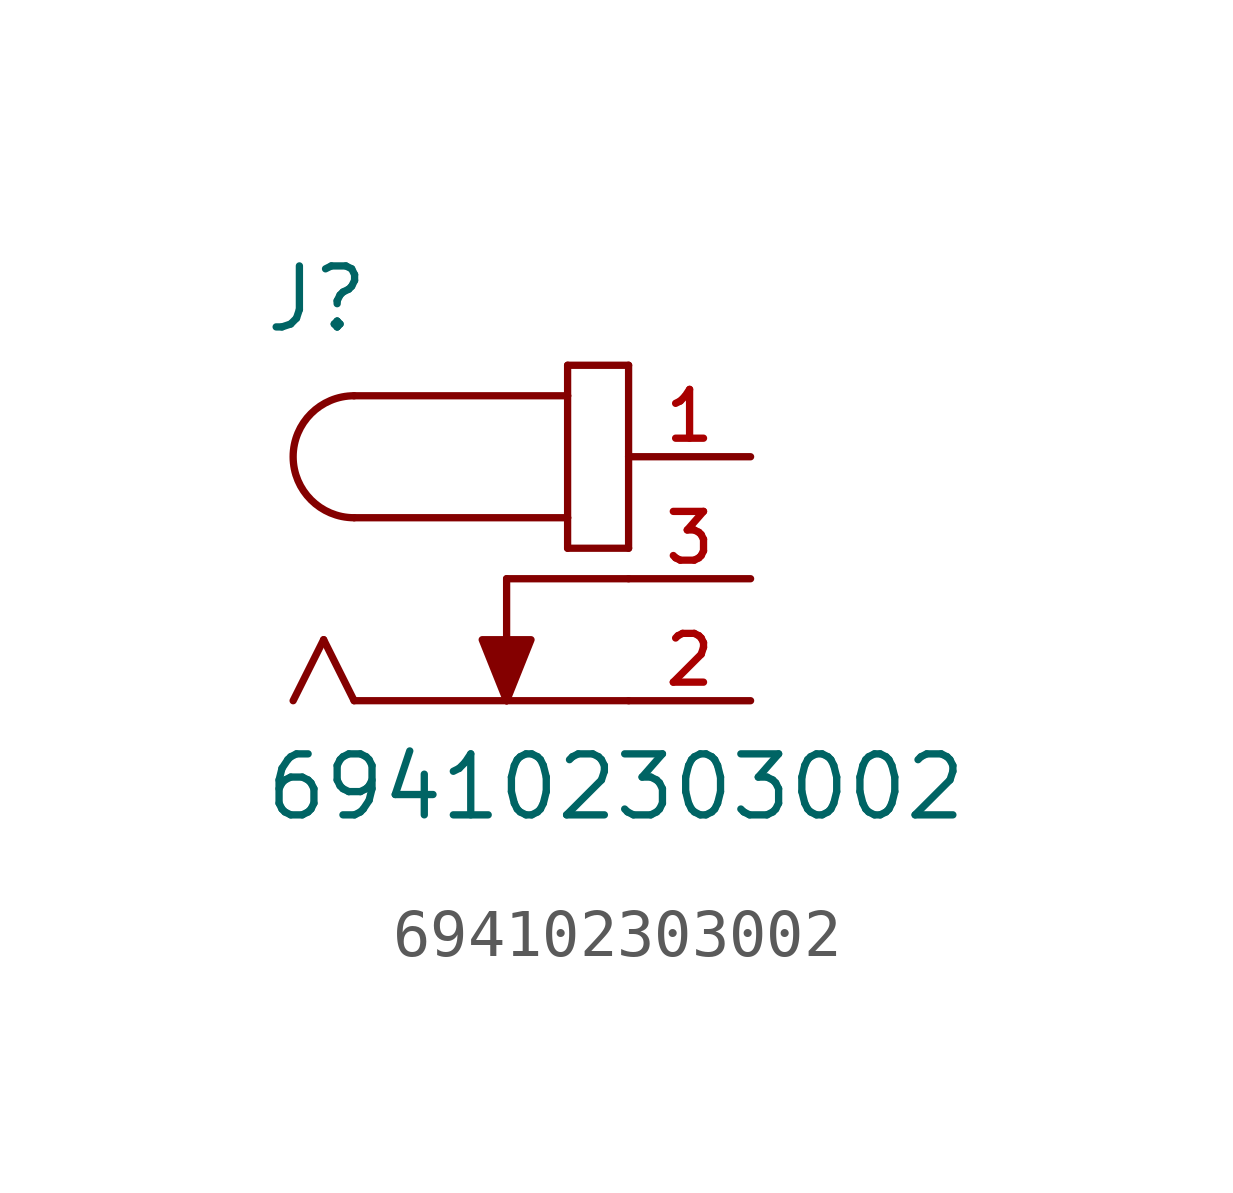
<source format=kicad_sym>
(kicad_symbol_lib
  (version 20211014)
  (generator kicad_symbol_editor)
  (symbol "694102303002"
    (pin_names
      (offset 1.016))
    (property "Reference" "J"
      (at -5.08 5.08 0)
      (effects (font (size 1.27 1.27)) (justify bottom left)))
    (property "Value" "694102303002"
      (at -5.08 -5.08 0)
      (effects (font (size 1.27 1.27)) (justify bottom left)))
    (symbol "694102303002_0_0"
      (arc (start -3.175 3.81) (mid -4.445 2.54) (end -3.175 1.27) (stroke (width 0.1524) (type default) (color 0 0 0 0)) (fill (type none)))
      (polyline (pts (xy -3.175 3.81) (xy 1.27 3.81)) (stroke (width 0.152)))
      (polyline (pts (xy 1.27 3.81) (xy 1.27 1.27)) (stroke (width 0.152)))
      (polyline (pts (xy 1.27 1.27) (xy -3.175 1.27)) (stroke (width 0.152)))
      (polyline (pts (xy 1.27 1.27) (xy 1.27 0.635)) (stroke (width 0.152)))
      (polyline (pts (xy 1.27 0.635) (xy 2.54 0.635)) (stroke (width 0.152)))
      (polyline (pts (xy 2.54 0.635) (xy 2.54 4.445)) (stroke (width 0.152)))
      (polyline (pts (xy 2.54 4.445) (xy 1.27 4.445)) (stroke (width 0.152)))
      (polyline (pts (xy 1.27 4.445) (xy 1.27 3.81)) (stroke (width 0.152)))
      (polyline (pts (xy 0.0 -2.54) (xy -3.175 -2.54)) (stroke (width 0.152)))
      (polyline (pts (xy -3.175 -2.54) (xy -3.81 -1.27)) (stroke (width 0.152)))
      (polyline (pts (xy -3.81 -1.27) (xy -4.445 -2.54)) (stroke (width 0.152)))
      (polyline (pts (xy 0.0 0.0) (xy 0.0 -2.54)) (stroke (width 0.152)))
      (polyline (pts (xy 2.54 -2.54) (xy 0.0 -2.54)) (stroke (width 0.152)))
      (polyline (pts (xy 0.0 0.0) (xy 2.54 0.0)) (stroke (width 0.152)))
      (polyline (pts (xy 0.0 -2.54) (xy -0.508 -1.27) (xy 0.508 -1.27) (xy 0.0 -2.54)) (stroke (width 0.152)) (fill (type outline)))
      (pin passive line (at 5.08 2.54 180.0) (length 2.54) (name "~" (effects (font (size 1.016 1.016)))) (number "1" (effects (font (size 1.016 1.016)))))
      (pin passive line (at 5.08 -2.54 180.0) (length 2.54) (name "~" (effects (font (size 1.016 1.016)))) (number "2" (effects (font (size 1.016 1.016)))))
      (pin passive line (at 5.08 0.0 180.0) (length 2.54) (name "~" (effects (font (size 1.016 1.016)))) (number "3" (effects (font (size 1.016 1.016))))))))
</source>
